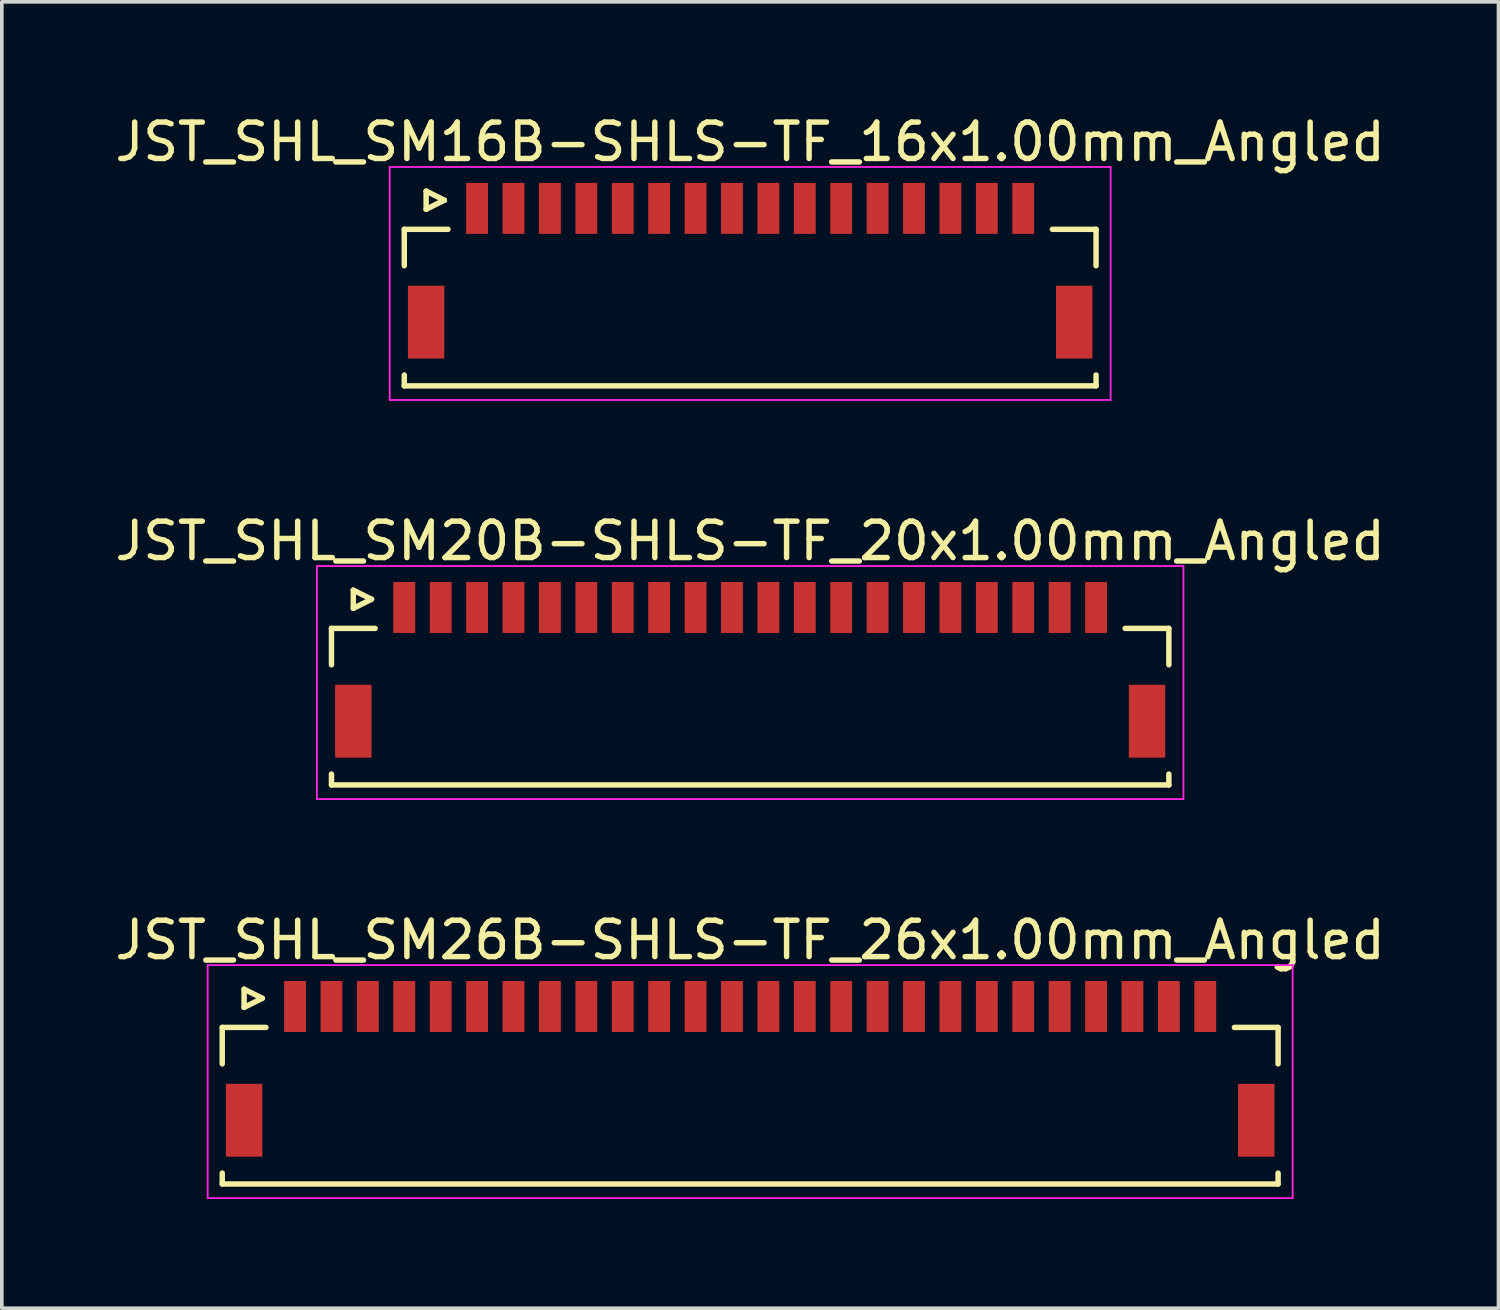
<source format=kicad_pcb>
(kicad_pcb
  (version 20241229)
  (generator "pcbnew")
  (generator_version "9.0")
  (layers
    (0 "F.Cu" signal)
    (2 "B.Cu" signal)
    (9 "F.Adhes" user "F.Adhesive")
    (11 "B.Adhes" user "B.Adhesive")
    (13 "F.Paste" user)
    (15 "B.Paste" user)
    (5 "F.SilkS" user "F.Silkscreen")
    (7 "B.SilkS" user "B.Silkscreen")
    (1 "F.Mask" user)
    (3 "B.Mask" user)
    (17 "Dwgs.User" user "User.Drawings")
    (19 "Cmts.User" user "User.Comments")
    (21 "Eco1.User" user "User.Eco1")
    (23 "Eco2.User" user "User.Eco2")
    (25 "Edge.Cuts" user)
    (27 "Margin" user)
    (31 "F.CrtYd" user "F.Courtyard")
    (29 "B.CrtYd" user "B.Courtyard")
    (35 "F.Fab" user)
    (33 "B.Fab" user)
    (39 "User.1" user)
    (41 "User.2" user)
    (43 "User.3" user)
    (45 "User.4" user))
  (footprint "JST_SHL_SM26B-SHLS-TF_26x1.00mm_Angled"
    (layer "F.Cu")
    (at 17.554 26.157)
    (property "Reference" "JST_SHL_SM26B-SHLS-TF_26x1.00mm_Angled" (at 0 -3.388 0) (layer "F.SilkS") (effects (font (size 1 1) (thickness 0.15))))
    (attr smd)
    (fp_line (start -14.5 -0.988) (end -13.3 -0.988) (stroke (width 0.15) (type solid)) (layer "F.SilkS"))
    (fp_line (start -14.5 0.013) (end -14.5 -0.988) (stroke (width 0.15) (type solid)) (layer "F.SilkS"))
    (fp_line (start -14.5 3.013) (end -14.5 3.312) (stroke (width 0.15) (type solid)) (layer "F.SilkS"))
    (fp_line (start -14.5 3.312) (end 14.5 3.312) (stroke (width 0.15) (type solid)) (layer "F.SilkS"))
    (fp_line (start -13.9 -2.038) (end -13.9 -1.538) (stroke (width 0.15) (type solid)) (layer "F.SilkS"))
    (fp_line (start -13.9 -1.538) (end -13.4 -1.788) (stroke (width 0.15) (type solid)) (layer "F.SilkS"))
    (fp_line (start -13.4 -1.788) (end -13.9 -2.038) (stroke (width 0.15) (type solid)) (layer "F.SilkS"))
    (fp_line (start 14.5 -0.988) (end 13.3 -0.988) (stroke (width 0.15) (type solid)) (layer "F.SilkS"))
    (fp_line (start 14.5 0.013) (end 14.5 -0.988) (stroke (width 0.15) (type solid)) (layer "F.SilkS"))
    (fp_line (start 14.5 3.312) (end 14.5 3.013) (stroke (width 0.15) (type solid)) (layer "F.SilkS"))
    (fp_line (start -14.9 -2.7) (end -14.9 3.7) (stroke (width 0.05) (type solid)) (layer "F.CrtYd"))
    (fp_line (start -14.9 3.7) (end 14.9 3.7) (stroke (width 0.05) (type solid)) (layer "F.CrtYd"))
    (fp_line (start 14.9 -2.7) (end -14.9 -2.7) (stroke (width 0.05) (type solid)) (layer "F.CrtYd"))
    (fp_line (start 14.9 3.7) (end 14.9 -2.7) (stroke (width 0.05) (type solid)) (layer "F.CrtYd"))
    (pad "" smd rect (at -13.9 1.562) (size 1 2) (layers "F.Cu" "F.Mask" "F.Paste"))
    (pad "" smd rect (at 13.9 1.562) (size 1 2) (layers "F.Cu" "F.Mask" "F.Paste"))
    (pad "1" smd rect (at -12.5 -1.562) (size 0.6 1.4) (layers "F.Cu" "F.Mask" "F.Paste"))
    (pad "2" smd rect (at -11.5 -1.562) (size 0.6 1.4) (layers "F.Cu" "F.Mask" "F.Paste"))
    (pad "3" smd rect (at -10.5 -1.562) (size 0.6 1.4) (layers "F.Cu" "F.Mask" "F.Paste"))
    (pad "4" smd rect (at -9.5 -1.562) (size 0.6 1.4) (layers "F.Cu" "F.Mask" "F.Paste"))
    (pad "5" smd rect (at -8.5 -1.562) (size 0.6 1.4) (layers "F.Cu" "F.Mask" "F.Paste"))
    (pad "6" smd rect (at -7.5 -1.562) (size 0.6 1.4) (layers "F.Cu" "F.Mask" "F.Paste"))
    (pad "7" smd rect (at -6.5 -1.562) (size 0.6 1.4) (layers "F.Cu" "F.Mask" "F.Paste"))
    (pad "8" smd rect (at -5.5 -1.562) (size 0.6 1.4) (layers "F.Cu" "F.Mask" "F.Paste"))
    (pad "9" smd rect (at -4.5 -1.562) (size 0.6 1.4) (layers "F.Cu" "F.Mask" "F.Paste"))
    (pad "10" smd rect (at -3.5 -1.562) (size 0.6 1.4) (layers "F.Cu" "F.Mask" "F.Paste"))
    (pad "11" smd rect (at -2.5 -1.562) (size 0.6 1.4) (layers "F.Cu" "F.Mask" "F.Paste"))
    (pad "12" smd rect (at -1.5 -1.562) (size 0.6 1.4) (layers "F.Cu" "F.Mask" "F.Paste"))
    (pad "13" smd rect (at -0.5 -1.562) (size 0.6 1.4) (layers "F.Cu" "F.Mask" "F.Paste"))
    (pad "14" smd rect (at 0.5 -1.562) (size 0.6 1.4) (layers "F.Cu" "F.Mask" "F.Paste"))
    (pad "15" smd rect (at 1.5 -1.562) (size 0.6 1.4) (layers "F.Cu" "F.Mask" "F.Paste"))
    (pad "16" smd rect (at 2.5 -1.562) (size 0.6 1.4) (layers "F.Cu" "F.Mask" "F.Paste"))
    (pad "17" smd rect (at 3.5 -1.562) (size 0.6 1.4) (layers "F.Cu" "F.Mask" "F.Paste"))
    (pad "18" smd rect (at 4.5 -1.562) (size 0.6 1.4) (layers "F.Cu" "F.Mask" "F.Paste"))
    (pad "19" smd rect (at 5.5 -1.562) (size 0.6 1.4) (layers "F.Cu" "F.Mask" "F.Paste"))
    (pad "20" smd rect (at 6.5 -1.562) (size 0.6 1.4) (layers "F.Cu" "F.Mask" "F.Paste"))
    (pad "21" smd rect (at 7.5 -1.562) (size 0.6 1.4) (layers "F.Cu" "F.Mask" "F.Paste"))
    (pad "22" smd rect (at 8.5 -1.562) (size 0.6 1.4) (layers "F.Cu" "F.Mask" "F.Paste"))
    (pad "23" smd rect (at 9.5 -1.562) (size 0.6 1.4) (layers "F.Cu" "F.Mask" "F.Paste"))
    (pad "24" smd rect (at 10.5 -1.562) (size 0.6 1.4) (layers "F.Cu" "F.Mask" "F.Paste"))
    (pad "25" smd rect (at 11.5 -1.562) (size 0.6 1.4) (layers "F.Cu" "F.Mask" "F.Paste"))
    (pad "26" smd rect (at 12.5 -1.562) (size 0.6 1.4) (layers "F.Cu" "F.Mask" "F.Paste")))
  (footprint "JST_SHL_SM16B-SHLS-TF_16x1.00mm_Angled"
    (layer "F.Cu")
    (at 17.554 4.236)
    (property "Reference" "JST_SHL_SM16B-SHLS-TF_16x1.00mm_Angled" (at 0 -3.388 0) (layer "F.SilkS") (effects (font (size 1 1) (thickness 0.15))))
    (attr smd)
    (fp_line (start -9.5 -0.988) (end -8.3 -0.988) (stroke (width 0.15) (type solid)) (layer "F.SilkS"))
    (fp_line (start -9.5 0.013) (end -9.5 -0.988) (stroke (width 0.15) (type solid)) (layer "F.SilkS"))
    (fp_line (start -9.5 3.013) (end -9.5 3.312) (stroke (width 0.15) (type solid)) (layer "F.SilkS"))
    (fp_line (start -9.5 3.312) (end 9.5 3.312) (stroke (width 0.15) (type solid)) (layer "F.SilkS"))
    (fp_line (start -8.9 -2.038) (end -8.9 -1.538) (stroke (width 0.15) (type solid)) (layer "F.SilkS"))
    (fp_line (start -8.9 -1.538) (end -8.4 -1.788) (stroke (width 0.15) (type solid)) (layer "F.SilkS"))
    (fp_line (start -8.4 -1.788) (end -8.9 -2.038) (stroke (width 0.15) (type solid)) (layer "F.SilkS"))
    (fp_line (start 9.5 -0.988) (end 8.3 -0.988) (stroke (width 0.15) (type solid)) (layer "F.SilkS"))
    (fp_line (start 9.5 0.013) (end 9.5 -0.988) (stroke (width 0.15) (type solid)) (layer "F.SilkS"))
    (fp_line (start 9.5 3.312) (end 9.5 3.013) (stroke (width 0.15) (type solid)) (layer "F.SilkS"))
    (fp_line (start -9.9 -2.7) (end -9.9 3.7) (stroke (width 0.05) (type solid)) (layer "F.CrtYd"))
    (fp_line (start -9.9 3.7) (end 9.9 3.7) (stroke (width 0.05) (type solid)) (layer "F.CrtYd"))
    (fp_line (start 9.9 -2.7) (end -9.9 -2.7) (stroke (width 0.05) (type solid)) (layer "F.CrtYd"))
    (fp_line (start 9.9 3.7) (end 9.9 -2.7) (stroke (width 0.05) (type solid)) (layer "F.CrtYd"))
    (pad "" smd rect (at -8.9 1.562) (size 1 2) (layers "F.Cu" "F.Mask" "F.Paste"))
    (pad "" smd rect (at 8.9 1.562) (size 1 2) (layers "F.Cu" "F.Mask" "F.Paste"))
    (pad "1" smd rect (at -7.5 -1.562) (size 0.6 1.4) (layers "F.Cu" "F.Mask" "F.Paste"))
    (pad "2" smd rect (at -6.5 -1.562) (size 0.6 1.4) (layers "F.Cu" "F.Mask" "F.Paste"))
    (pad "3" smd rect (at -5.5 -1.562) (size 0.6 1.4) (layers "F.Cu" "F.Mask" "F.Paste"))
    (pad "4" smd rect (at -4.5 -1.562) (size 0.6 1.4) (layers "F.Cu" "F.Mask" "F.Paste"))
    (pad "5" smd rect (at -3.5 -1.562) (size 0.6 1.4) (layers "F.Cu" "F.Mask" "F.Paste"))
    (pad "6" smd rect (at -2.5 -1.562) (size 0.6 1.4) (layers "F.Cu" "F.Mask" "F.Paste"))
    (pad "7" smd rect (at -1.5 -1.562) (size 0.6 1.4) (layers "F.Cu" "F.Mask" "F.Paste"))
    (pad "8" smd rect (at -0.5 -1.562) (size 0.6 1.4) (layers "F.Cu" "F.Mask" "F.Paste"))
    (pad "9" smd rect (at 0.5 -1.562) (size 0.6 1.4) (layers "F.Cu" "F.Mask" "F.Paste"))
    (pad "10" smd rect (at 1.5 -1.562) (size 0.6 1.4) (layers "F.Cu" "F.Mask" "F.Paste"))
    (pad "11" smd rect (at 2.5 -1.562) (size 0.6 1.4) (layers "F.Cu" "F.Mask" "F.Paste"))
    (pad "12" smd rect (at 3.5 -1.562) (size 0.6 1.4) (layers "F.Cu" "F.Mask" "F.Paste"))
    (pad "13" smd rect (at 4.5 -1.562) (size 0.6 1.4) (layers "F.Cu" "F.Mask" "F.Paste"))
    (pad "14" smd rect (at 5.5 -1.562) (size 0.6 1.4) (layers "F.Cu" "F.Mask" "F.Paste"))
    (pad "15" smd rect (at 6.5 -1.562) (size 0.6 1.4) (layers "F.Cu" "F.Mask" "F.Paste"))
    (pad "16" smd rect (at 7.5 -1.562) (size 0.6 1.4) (layers "F.Cu" "F.Mask" "F.Paste")))
  (footprint "JST_SHL_SM20B-SHLS-TF_20x1.00mm_Angled"
    (layer "F.Cu")
    (at 17.554 15.197)
    (property "Reference" "JST_SHL_SM20B-SHLS-TF_20x1.00mm_Angled" (at 0 -3.388 0) (layer "F.SilkS") (effects (font (size 1 1) (thickness 0.15))))
    (attr smd)
    (fp_line (start -11.5 -0.988) (end -10.3 -0.988) (stroke (width 0.15) (type solid)) (layer "F.SilkS"))
    (fp_line (start -11.5 0.013) (end -11.5 -0.988) (stroke (width 0.15) (type solid)) (layer "F.SilkS"))
    (fp_line (start -11.5 3.013) (end -11.5 3.312) (stroke (width 0.15) (type solid)) (layer "F.SilkS"))
    (fp_line (start -11.5 3.312) (end 11.5 3.312) (stroke (width 0.15) (type solid)) (layer "F.SilkS"))
    (fp_line (start -10.9 -2.038) (end -10.9 -1.538) (stroke (width 0.15) (type solid)) (layer "F.SilkS"))
    (fp_line (start -10.9 -1.538) (end -10.4 -1.788) (stroke (width 0.15) (type solid)) (layer "F.SilkS"))
    (fp_line (start -10.4 -1.788) (end -10.9 -2.038) (stroke (width 0.15) (type solid)) (layer "F.SilkS"))
    (fp_line (start 11.5 -0.988) (end 10.3 -0.988) (stroke (width 0.15) (type solid)) (layer "F.SilkS"))
    (fp_line (start 11.5 0.013) (end 11.5 -0.988) (stroke (width 0.15) (type solid)) (layer "F.SilkS"))
    (fp_line (start 11.5 3.312) (end 11.5 3.013) (stroke (width 0.15) (type solid)) (layer "F.SilkS"))
    (fp_line (start -11.9 -2.7) (end -11.9 3.7) (stroke (width 0.05) (type solid)) (layer "F.CrtYd"))
    (fp_line (start -11.9 3.7) (end 11.9 3.7) (stroke (width 0.05) (type solid)) (layer "F.CrtYd"))
    (fp_line (start 11.9 -2.7) (end -11.9 -2.7) (stroke (width 0.05) (type solid)) (layer "F.CrtYd"))
    (fp_line (start 11.9 3.7) (end 11.9 -2.7) (stroke (width 0.05) (type solid)) (layer "F.CrtYd"))
    (pad "" smd rect (at -10.9 1.562) (size 1 2) (layers "F.Cu" "F.Mask" "F.Paste"))
    (pad "" smd rect (at 10.9 1.562) (size 1 2) (layers "F.Cu" "F.Mask" "F.Paste"))
    (pad "1" smd rect (at -9.5 -1.562) (size 0.6 1.4) (layers "F.Cu" "F.Mask" "F.Paste"))
    (pad "2" smd rect (at -8.5 -1.562) (size 0.6 1.4) (layers "F.Cu" "F.Mask" "F.Paste"))
    (pad "3" smd rect (at -7.5 -1.562) (size 0.6 1.4) (layers "F.Cu" "F.Mask" "F.Paste"))
    (pad "4" smd rect (at -6.5 -1.562) (size 0.6 1.4) (layers "F.Cu" "F.Mask" "F.Paste"))
    (pad "5" smd rect (at -5.5 -1.562) (size 0.6 1.4) (layers "F.Cu" "F.Mask" "F.Paste"))
    (pad "6" smd rect (at -4.5 -1.562) (size 0.6 1.4) (layers "F.Cu" "F.Mask" "F.Paste"))
    (pad "7" smd rect (at -3.5 -1.562) (size 0.6 1.4) (layers "F.Cu" "F.Mask" "F.Paste"))
    (pad "8" smd rect (at -2.5 -1.562) (size 0.6 1.4) (layers "F.Cu" "F.Mask" "F.Paste"))
    (pad "9" smd rect (at -1.5 -1.562) (size 0.6 1.4) (layers "F.Cu" "F.Mask" "F.Paste"))
    (pad "10" smd rect (at -0.5 -1.562) (size 0.6 1.4) (layers "F.Cu" "F.Mask" "F.Paste"))
    (pad "11" smd rect (at 0.5 -1.562) (size 0.6 1.4) (layers "F.Cu" "F.Mask" "F.Paste"))
    (pad "12" smd rect (at 1.5 -1.562) (size 0.6 1.4) (layers "F.Cu" "F.Mask" "F.Paste"))
    (pad "13" smd rect (at 2.5 -1.562) (size 0.6 1.4) (layers "F.Cu" "F.Mask" "F.Paste"))
    (pad "14" smd rect (at 3.5 -1.562) (size 0.6 1.4) (layers "F.Cu" "F.Mask" "F.Paste"))
    (pad "15" smd rect (at 4.5 -1.562) (size 0.6 1.4) (layers "F.Cu" "F.Mask" "F.Paste"))
    (pad "16" smd rect (at 5.5 -1.562) (size 0.6 1.4) (layers "F.Cu" "F.Mask" "F.Paste"))
    (pad "17" smd rect (at 6.5 -1.562) (size 0.6 1.4) (layers "F.Cu" "F.Mask" "F.Paste"))
    (pad "18" smd rect (at 7.5 -1.562) (size 0.6 1.4) (layers "F.Cu" "F.Mask" "F.Paste"))
    (pad "19" smd rect (at 8.5 -1.562) (size 0.6 1.4) (layers "F.Cu" "F.Mask" "F.Paste"))
    (pad "20" smd rect (at 9.5 -1.562) (size 0.6 1.4) (layers "F.Cu" "F.Mask" "F.Paste")))
  (gr_rect
    (start -3 -3)
    (end 38.107 32.882)
    (stroke (width 0.1) (type default))
    (fill no)
    (layer "Edge.Cuts")))
</source>
